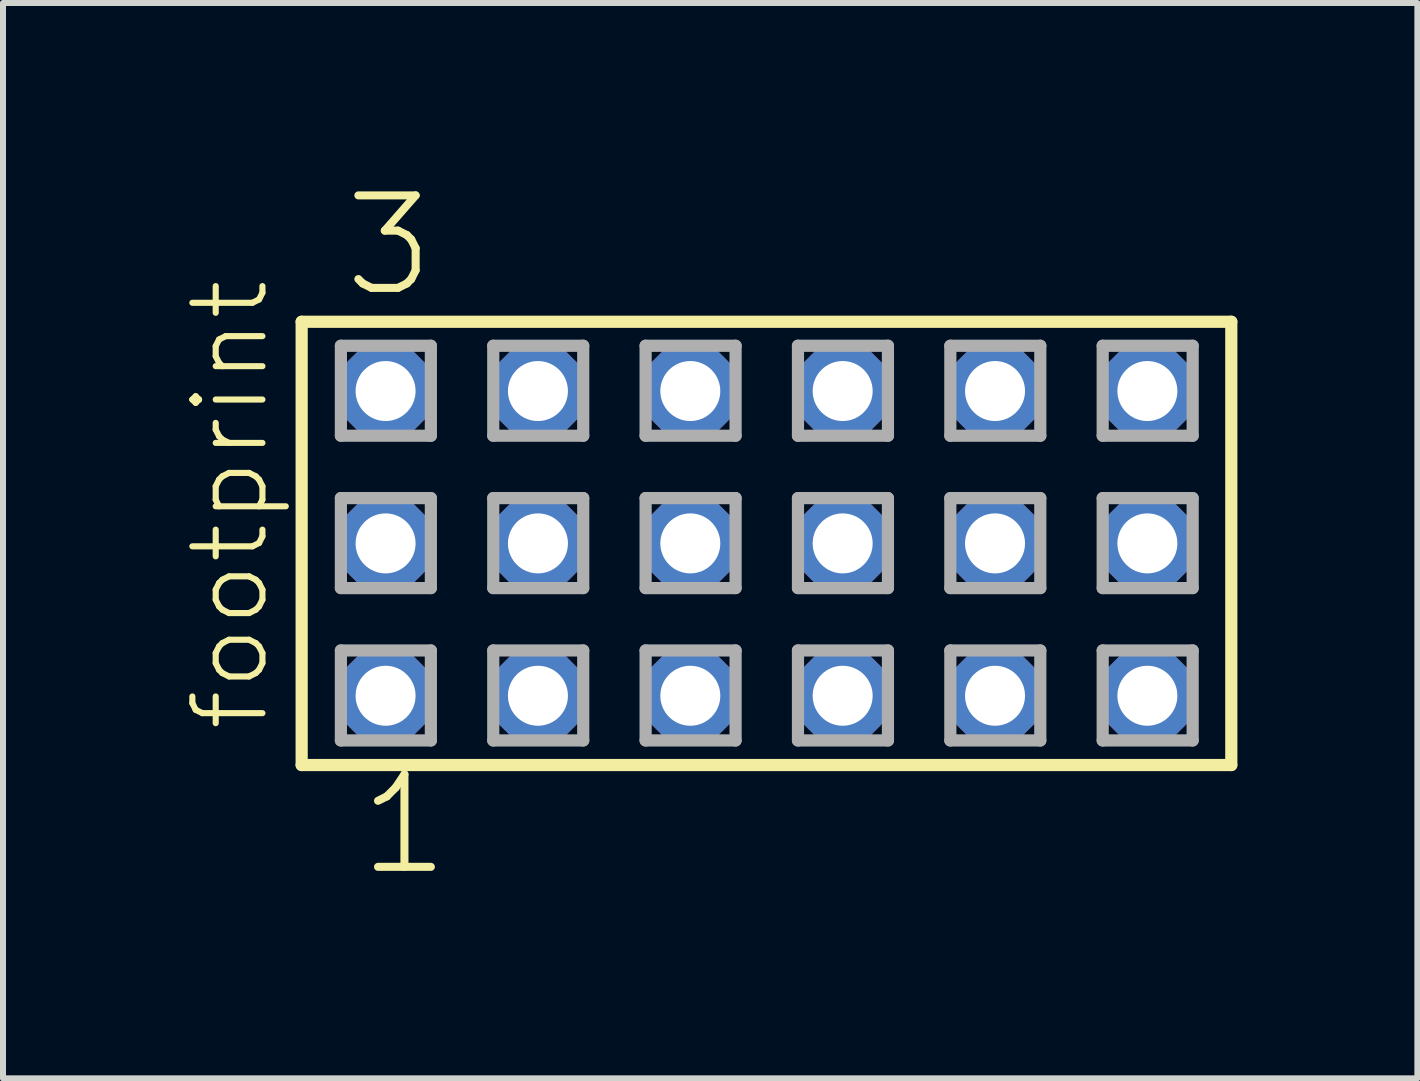
<source format=kicad_pcb>
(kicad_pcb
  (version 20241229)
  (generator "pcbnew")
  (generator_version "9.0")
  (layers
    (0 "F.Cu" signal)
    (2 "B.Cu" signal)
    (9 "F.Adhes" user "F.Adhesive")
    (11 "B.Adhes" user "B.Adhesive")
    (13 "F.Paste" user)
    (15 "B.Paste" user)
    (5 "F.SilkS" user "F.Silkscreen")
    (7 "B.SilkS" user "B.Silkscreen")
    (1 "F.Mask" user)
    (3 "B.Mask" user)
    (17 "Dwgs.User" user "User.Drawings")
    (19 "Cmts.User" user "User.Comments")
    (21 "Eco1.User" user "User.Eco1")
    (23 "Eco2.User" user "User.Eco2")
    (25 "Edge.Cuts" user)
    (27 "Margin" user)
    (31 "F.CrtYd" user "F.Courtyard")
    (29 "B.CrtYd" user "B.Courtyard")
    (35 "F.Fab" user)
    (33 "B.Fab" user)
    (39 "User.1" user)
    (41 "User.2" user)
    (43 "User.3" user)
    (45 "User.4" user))
  (footprint "footprint"
    (layer "F.Cu")
    (at 9.728 6.009)
    (property "Reference" "footprint" (at -8.255 3.175 90) (layer "F.SilkS") (effects (font (size 1.168 1.168) (thickness 0.102)) (justify left bottom)))
    (fp_line (start -7.749 -3.695) (end 7.749 -3.695) (stroke (width 0.203) (type solid)) (layer "F.SilkS"))
    (fp_line (start -7.749 3.695) (end -7.749 -3.695) (stroke (width 0.203) (type solid)) (layer "F.SilkS"))
    (fp_line (start 7.749 -3.695) (end 7.749 3.695) (stroke (width 0.203) (type solid)) (layer "F.SilkS"))
    (fp_line (start 7.749 3.695) (end -7.749 3.695) (stroke (width 0.203) (type solid)) (layer "F.SilkS"))
    (fp_line (start -7.095 -3.295) (end -5.595 -3.295) (stroke (width 0.203) (type solid)) (layer "F.Fab"))
    (fp_line (start -7.095 -1.795) (end -7.095 -3.295) (stroke (width 0.203) (type solid)) (layer "F.Fab"))
    (fp_line (start -7.095 -0.755) (end -5.595 -0.755) (stroke (width 0.203) (type solid)) (layer "F.Fab"))
    (fp_line (start -7.095 0.745) (end -7.095 -0.755) (stroke (width 0.203) (type solid)) (layer "F.Fab"))
    (fp_line (start -7.095 1.785) (end -5.595 1.785) (stroke (width 0.203) (type solid)) (layer "F.Fab"))
    (fp_line (start -7.095 3.285) (end -7.095 1.785) (stroke (width 0.203) (type solid)) (layer "F.Fab"))
    (fp_line (start -5.595 -3.295) (end -5.595 -1.795) (stroke (width 0.203) (type solid)) (layer "F.Fab"))
    (fp_line (start -5.595 -1.795) (end -7.095 -1.795) (stroke (width 0.203) (type solid)) (layer "F.Fab"))
    (fp_line (start -5.595 -0.755) (end -5.595 0.745) (stroke (width 0.203) (type solid)) (layer "F.Fab"))
    (fp_line (start -5.595 0.745) (end -7.095 0.745) (stroke (width 0.203) (type solid)) (layer "F.Fab"))
    (fp_line (start -5.595 1.785) (end -5.595 3.285) (stroke (width 0.203) (type solid)) (layer "F.Fab"))
    (fp_line (start -5.595 3.285) (end -7.095 3.285) (stroke (width 0.203) (type solid)) (layer "F.Fab"))
    (fp_line (start -4.555 -3.295) (end -3.055 -3.295) (stroke (width 0.203) (type solid)) (layer "F.Fab"))
    (fp_line (start -4.555 -1.795) (end -4.555 -3.295) (stroke (width 0.203) (type solid)) (layer "F.Fab"))
    (fp_line (start -4.555 -0.755) (end -3.055 -0.755) (stroke (width 0.203) (type solid)) (layer "F.Fab"))
    (fp_line (start -4.555 0.745) (end -4.555 -0.755) (stroke (width 0.203) (type solid)) (layer "F.Fab"))
    (fp_line (start -4.555 1.785) (end -3.055 1.785) (stroke (width 0.203) (type solid)) (layer "F.Fab"))
    (fp_line (start -4.555 3.285) (end -4.555 1.785) (stroke (width 0.203) (type solid)) (layer "F.Fab"))
    (fp_line (start -3.055 -3.295) (end -3.055 -1.795) (stroke (width 0.203) (type solid)) (layer "F.Fab"))
    (fp_line (start -3.055 -1.795) (end -4.555 -1.795) (stroke (width 0.203) (type solid)) (layer "F.Fab"))
    (fp_line (start -3.055 -0.755) (end -3.055 0.745) (stroke (width 0.203) (type solid)) (layer "F.Fab"))
    (fp_line (start -3.055 0.745) (end -4.555 0.745) (stroke (width 0.203) (type solid)) (layer "F.Fab"))
    (fp_line (start -3.055 1.785) (end -3.055 3.285) (stroke (width 0.203) (type solid)) (layer "F.Fab"))
    (fp_line (start -3.055 3.285) (end -4.555 3.285) (stroke (width 0.203) (type solid)) (layer "F.Fab"))
    (fp_line (start -2.015 -3.295) (end -0.515 -3.295) (stroke (width 0.203) (type solid)) (layer "F.Fab"))
    (fp_line (start -2.015 -1.795) (end -2.015 -3.295) (stroke (width 0.203) (type solid)) (layer "F.Fab"))
    (fp_line (start -2.015 -0.755) (end -0.515 -0.755) (stroke (width 0.203) (type solid)) (layer "F.Fab"))
    (fp_line (start -2.015 0.745) (end -2.015 -0.755) (stroke (width 0.203) (type solid)) (layer "F.Fab"))
    (fp_line (start -2.015 1.785) (end -0.515 1.785) (stroke (width 0.203) (type solid)) (layer "F.Fab"))
    (fp_line (start -2.015 3.285) (end -2.015 1.785) (stroke (width 0.203) (type solid)) (layer "F.Fab"))
    (fp_line (start -0.515 -3.295) (end -0.515 -1.795) (stroke (width 0.203) (type solid)) (layer "F.Fab"))
    (fp_line (start -0.515 -1.795) (end -2.015 -1.795) (stroke (width 0.203) (type solid)) (layer "F.Fab"))
    (fp_line (start -0.515 -0.755) (end -0.515 0.745) (stroke (width 0.203) (type solid)) (layer "F.Fab"))
    (fp_line (start -0.515 0.745) (end -2.015 0.745) (stroke (width 0.203) (type solid)) (layer "F.Fab"))
    (fp_line (start -0.515 1.785) (end -0.515 3.285) (stroke (width 0.203) (type solid)) (layer "F.Fab"))
    (fp_line (start -0.515 3.285) (end -2.015 3.285) (stroke (width 0.203) (type solid)) (layer "F.Fab"))
    (fp_line (start 0.525 -3.295) (end 2.025 -3.295) (stroke (width 0.203) (type solid)) (layer "F.Fab"))
    (fp_line (start 0.525 -1.795) (end 0.525 -3.295) (stroke (width 0.203) (type solid)) (layer "F.Fab"))
    (fp_line (start 0.525 -0.755) (end 2.025 -0.755) (stroke (width 0.203) (type solid)) (layer "F.Fab"))
    (fp_line (start 0.525 0.745) (end 0.525 -0.755) (stroke (width 0.203) (type solid)) (layer "F.Fab"))
    (fp_line (start 0.525 1.785) (end 2.025 1.785) (stroke (width 0.203) (type solid)) (layer "F.Fab"))
    (fp_line (start 0.525 3.285) (end 0.525 1.785) (stroke (width 0.203) (type solid)) (layer "F.Fab"))
    (fp_line (start 2.025 -3.295) (end 2.025 -1.795) (stroke (width 0.203) (type solid)) (layer "F.Fab"))
    (fp_line (start 2.025 -1.795) (end 0.525 -1.795) (stroke (width 0.203) (type solid)) (layer "F.Fab"))
    (fp_line (start 2.025 -0.755) (end 2.025 0.745) (stroke (width 0.203) (type solid)) (layer "F.Fab"))
    (fp_line (start 2.025 0.745) (end 0.525 0.745) (stroke (width 0.203) (type solid)) (layer "F.Fab"))
    (fp_line (start 2.025 1.785) (end 2.025 3.285) (stroke (width 0.203) (type solid)) (layer "F.Fab"))
    (fp_line (start 2.025 3.285) (end 0.525 3.285) (stroke (width 0.203) (type solid)) (layer "F.Fab"))
    (fp_line (start 3.065 -3.295) (end 4.565 -3.295) (stroke (width 0.203) (type solid)) (layer "F.Fab"))
    (fp_line (start 3.065 -1.795) (end 3.065 -3.295) (stroke (width 0.203) (type solid)) (layer "F.Fab"))
    (fp_line (start 3.065 -0.755) (end 4.565 -0.755) (stroke (width 0.203) (type solid)) (layer "F.Fab"))
    (fp_line (start 3.065 0.745) (end 3.065 -0.755) (stroke (width 0.203) (type solid)) (layer "F.Fab"))
    (fp_line (start 3.065 1.785) (end 4.565 1.785) (stroke (width 0.203) (type solid)) (layer "F.Fab"))
    (fp_line (start 3.065 3.285) (end 3.065 1.785) (stroke (width 0.203) (type solid)) (layer "F.Fab"))
    (fp_line (start 4.565 -3.295) (end 4.565 -1.795) (stroke (width 0.203) (type solid)) (layer "F.Fab"))
    (fp_line (start 4.565 -1.795) (end 3.065 -1.795) (stroke (width 0.203) (type solid)) (layer "F.Fab"))
    (fp_line (start 4.565 -0.755) (end 4.565 0.745) (stroke (width 0.203) (type solid)) (layer "F.Fab"))
    (fp_line (start 4.565 0.745) (end 3.065 0.745) (stroke (width 0.203) (type solid)) (layer "F.Fab"))
    (fp_line (start 4.565 1.785) (end 4.565 3.285) (stroke (width 0.203) (type solid)) (layer "F.Fab"))
    (fp_line (start 4.565 3.285) (end 3.065 3.285) (stroke (width 0.203) (type solid)) (layer "F.Fab"))
    (fp_line (start 5.605 -3.295) (end 7.105 -3.295) (stroke (width 0.203) (type solid)) (layer "F.Fab"))
    (fp_line (start 5.605 -1.795) (end 5.605 -3.295) (stroke (width 0.203) (type solid)) (layer "F.Fab"))
    (fp_line (start 5.605 -0.755) (end 7.105 -0.755) (stroke (width 0.203) (type solid)) (layer "F.Fab"))
    (fp_line (start 5.605 0.745) (end 5.605 -0.755) (stroke (width 0.203) (type solid)) (layer "F.Fab"))
    (fp_line (start 5.605 1.785) (end 7.105 1.785) (stroke (width 0.203) (type solid)) (layer "F.Fab"))
    (fp_line (start 5.605 3.285) (end 5.605 1.785) (stroke (width 0.203) (type solid)) (layer "F.Fab"))
    (fp_line (start 7.105 -3.295) (end 7.105 -1.795) (stroke (width 0.203) (type solid)) (layer "F.Fab"))
    (fp_line (start 7.105 -1.795) (end 5.605 -1.795) (stroke (width 0.203) (type solid)) (layer "F.Fab"))
    (fp_line (start 7.105 -0.755) (end 7.105 0.745) (stroke (width 0.203) (type solid)) (layer "F.Fab"))
    (fp_line (start 7.105 0.745) (end 5.605 0.745) (stroke (width 0.203) (type solid)) (layer "F.Fab"))
    (fp_line (start 7.105 1.785) (end 7.105 3.285) (stroke (width 0.203) (type solid)) (layer "F.Fab"))
    (fp_line (start 7.105 3.285) (end 5.605 3.285) (stroke (width 0.203) (type solid)) (layer "F.Fab"))
    (fp_text user "1" (at -6.858 5.588 0) (layer "F.SilkS") (effects (font (size 1.542 1.542) (thickness 0.134)) (justify left bottom)))
    (fp_text user "3" (at -7.112 -4.064 0) (layer "F.SilkS") (effects (font (size 1.542 1.542) (thickness 0.134)) (justify left bottom)))
    (pad "1" thru_hole roundrect (at -6.35 2.54) (size 1.5 1.5) (drill 1) (layers "*.Cu" "*.Mask") (roundrect_rratio 0.25) (chamfer_ratio 0.25) (chamfer top_left top_right bottom_left bottom_right))
    (pad "2" thru_hole roundrect (at -6.35 0) (size 1.5 1.5) (drill 1) (layers "*.Cu" "*.Mask") (roundrect_rratio 0.25) (chamfer_ratio 0.25) (chamfer top_left top_right bottom_left bottom_right))
    (pad "3" thru_hole roundrect (at -6.35 -2.54) (size 1.5 1.5) (drill 1) (layers "*.Cu" "*.Mask") (roundrect_rratio 0.25) (chamfer_ratio 0.25) (chamfer top_left top_right bottom_left bottom_right))
    (pad "4" thru_hole roundrect (at -3.81 2.54) (size 1.5 1.5) (drill 1) (layers "*.Cu" "*.Mask") (roundrect_rratio 0.25) (chamfer_ratio 0.25) (chamfer top_left top_right bottom_left bottom_right))
    (pad "5" thru_hole roundrect (at -3.81 0) (size 1.5 1.5) (drill 1) (layers "*.Cu" "*.Mask") (roundrect_rratio 0.25) (chamfer_ratio 0.25) (chamfer top_left top_right bottom_left bottom_right))
    (pad "6" thru_hole roundrect (at -3.81 -2.54) (size 1.5 1.5) (drill 1) (layers "*.Cu" "*.Mask") (roundrect_rratio 0.25) (chamfer_ratio 0.25) (chamfer top_left top_right bottom_left bottom_right))
    (pad "7" thru_hole roundrect (at -1.27 2.54) (size 1.5 1.5) (drill 1) (layers "*.Cu" "*.Mask") (roundrect_rratio 0.25) (chamfer_ratio 0.25) (chamfer top_left top_right bottom_left bottom_right))
    (pad "8" thru_hole roundrect (at -1.27 0) (size 1.5 1.5) (drill 1) (layers "*.Cu" "*.Mask") (roundrect_rratio 0.25) (chamfer_ratio 0.25) (chamfer top_left top_right bottom_left bottom_right))
    (pad "9" thru_hole roundrect (at -1.27 -2.54) (size 1.5 1.5) (drill 1) (layers "*.Cu" "*.Mask") (roundrect_rratio 0.25) (chamfer_ratio 0.25) (chamfer top_left top_right bottom_left bottom_right))
    (pad "10" thru_hole roundrect (at 1.27 2.54) (size 1.5 1.5) (drill 1) (layers "*.Cu" "*.Mask") (roundrect_rratio 0.25) (chamfer_ratio 0.25) (chamfer top_left top_right bottom_left bottom_right))
    (pad "11" thru_hole roundrect (at 1.27 0) (size 1.5 1.5) (drill 1) (layers "*.Cu" "*.Mask") (roundrect_rratio 0.25) (chamfer_ratio 0.25) (chamfer top_left top_right bottom_left bottom_right))
    (pad "12" thru_hole roundrect (at 1.27 -2.54) (size 1.5 1.5) (drill 1) (layers "*.Cu" "*.Mask") (roundrect_rratio 0.25) (chamfer_ratio 0.25) (chamfer top_left top_right bottom_left bottom_right))
    (pad "13" thru_hole roundrect (at 3.81 2.54) (size 1.5 1.5) (drill 1) (layers "*.Cu" "*.Mask") (roundrect_rratio 0.25) (chamfer_ratio 0.25) (chamfer top_left top_right bottom_left bottom_right))
    (pad "14" thru_hole roundrect (at 3.81 0) (size 1.5 1.5) (drill 1) (layers "*.Cu" "*.Mask") (roundrect_rratio 0.25) (chamfer_ratio 0.25) (chamfer top_left top_right bottom_left bottom_right))
    (pad "15" thru_hole roundrect (at 3.81 -2.54) (size 1.5 1.5) (drill 1) (layers "*.Cu" "*.Mask") (roundrect_rratio 0.25) (chamfer_ratio 0.25) (chamfer top_left top_right bottom_left bottom_right))
    (pad "16" thru_hole roundrect (at 6.35 2.54) (size 1.5 1.5) (drill 1) (layers "*.Cu" "*.Mask") (roundrect_rratio 0.25) (chamfer_ratio 0.25) (chamfer top_left top_right bottom_left bottom_right))
    (pad "17" thru_hole roundrect (at 6.35 0) (size 1.5 1.5) (drill 1) (layers "*.Cu" "*.Mask") (roundrect_rratio 0.25) (chamfer_ratio 0.25) (chamfer top_left top_right bottom_left bottom_right))
    (pad "18" thru_hole roundrect (at 6.35 -2.54) (size 1.5 1.5) (drill 1) (layers "*.Cu" "*.Mask") (roundrect_rratio 0.25) (chamfer_ratio 0.25) (chamfer top_left top_right bottom_left bottom_right)))
  (gr_rect
    (start -3 -3)
    (end 20.579 14.927)
    (stroke (width 0.1) (type default))
    (fill no)
    (layer "Edge.Cuts")))
</source>
